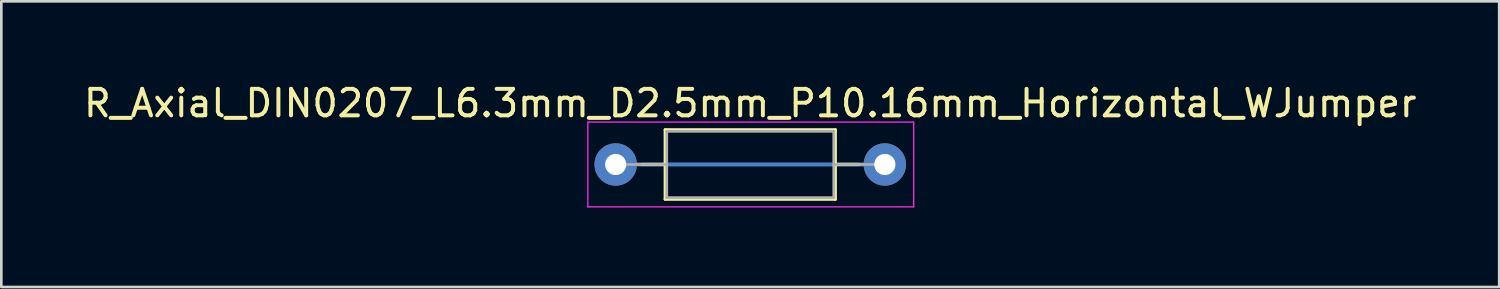
<source format=kicad_pcb>
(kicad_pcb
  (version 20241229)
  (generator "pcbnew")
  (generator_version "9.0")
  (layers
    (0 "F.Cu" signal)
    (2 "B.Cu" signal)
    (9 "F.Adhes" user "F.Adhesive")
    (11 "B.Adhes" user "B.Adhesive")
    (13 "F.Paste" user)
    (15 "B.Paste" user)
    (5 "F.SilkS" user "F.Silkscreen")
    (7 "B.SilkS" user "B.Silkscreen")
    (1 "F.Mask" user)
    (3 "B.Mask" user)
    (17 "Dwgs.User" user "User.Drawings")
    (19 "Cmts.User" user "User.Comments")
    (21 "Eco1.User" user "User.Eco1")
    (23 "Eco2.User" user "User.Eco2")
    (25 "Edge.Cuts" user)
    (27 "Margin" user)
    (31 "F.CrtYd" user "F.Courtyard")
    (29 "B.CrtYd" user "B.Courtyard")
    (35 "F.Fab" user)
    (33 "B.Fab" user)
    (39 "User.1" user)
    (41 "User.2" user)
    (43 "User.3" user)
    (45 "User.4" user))
  (footprint "R_Axial_DIN0207_L6.3mm_D2.5mm_P10.16mm_Horizontal_WJumper"
    (layer "F.Cu")
    (at 20.188 3.158)
    (property "Reference" "R_Axial_DIN0207_L6.3mm_D2.5mm_P10.16mm_Horizontal_WJumper" (at 5.08 -2.31 0) (layer "F.SilkS") (effects (font (size 1 1) (thickness 0.15))))
    (attr through_hole)
    (fp_line (start 10.16 0) (end 0 0) (stroke (width 0.15) (type solid)) (layer "B.Cu"))
    (fp_line (start 0 0) (end 10.033 0) (stroke (width 0.5) (type solid)) (layer "B.Mask"))
    (fp_line (start 0.98 0) (end 1.87 0) (stroke (width 0.12) (type solid)) (layer "F.SilkS"))
    (fp_line (start 1.87 -1.31) (end 1.87 1.31) (stroke (width 0.12) (type solid)) (layer "F.SilkS"))
    (fp_line (start 1.87 1.31) (end 8.29 1.31) (stroke (width 0.12) (type solid)) (layer "F.SilkS"))
    (fp_line (start 8.29 -1.31) (end 1.87 -1.31) (stroke (width 0.12) (type solid)) (layer "F.SilkS"))
    (fp_line (start 8.29 1.31) (end 8.29 -1.31) (stroke (width 0.12) (type solid)) (layer "F.SilkS"))
    (fp_line (start 9.18 0) (end 8.29 0) (stroke (width 0.12) (type solid)) (layer "F.SilkS"))
    (fp_line (start -1.05 -1.6) (end -1.05 1.6) (stroke (width 0.05) (type solid)) (layer "F.CrtYd"))
    (fp_line (start -1.05 1.6) (end 11.25 1.6) (stroke (width 0.05) (type solid)) (layer "F.CrtYd"))
    (fp_line (start 11.25 -1.6) (end -1.05 -1.6) (stroke (width 0.05) (type solid)) (layer "F.CrtYd"))
    (fp_line (start 11.25 1.6) (end 11.25 -1.6) (stroke (width 0.05) (type solid)) (layer "F.CrtYd"))
    (fp_line (start 0 0) (end 1.93 0) (stroke (width 0.1) (type solid)) (layer "F.Fab"))
    (fp_line (start 1.93 -1.25) (end 1.93 1.25) (stroke (width 0.1) (type solid)) (layer "F.Fab"))
    (fp_line (start 1.93 1.25) (end 8.23 1.25) (stroke (width 0.1) (type solid)) (layer "F.Fab"))
    (fp_line (start 8.23 -1.25) (end 1.93 -1.25) (stroke (width 0.1) (type solid)) (layer "F.Fab"))
    (fp_line (start 8.23 1.25) (end 8.23 -1.25) (stroke (width 0.1) (type solid)) (layer "F.Fab"))
    (fp_line (start 10.16 0) (end 8.23 0) (stroke (width 0.1) (type solid)) (layer "F.Fab"))
    (pad "1" thru_hole circle (at 0 0) (size 1.6 1.6) (drill 0.8) (layers "*.Cu" "*.Mask"))
    (pad "2" thru_hole oval (at 10.16 0) (size 1.6 1.6) (drill 0.8) (layers "*.Cu" "*.Mask")))
  (gr_rect
    (start -3 -3)
    (end 53.536 7.783)
    (stroke (width 0.1) (type default))
    (fill no)
    (layer "Edge.Cuts")))
</source>
